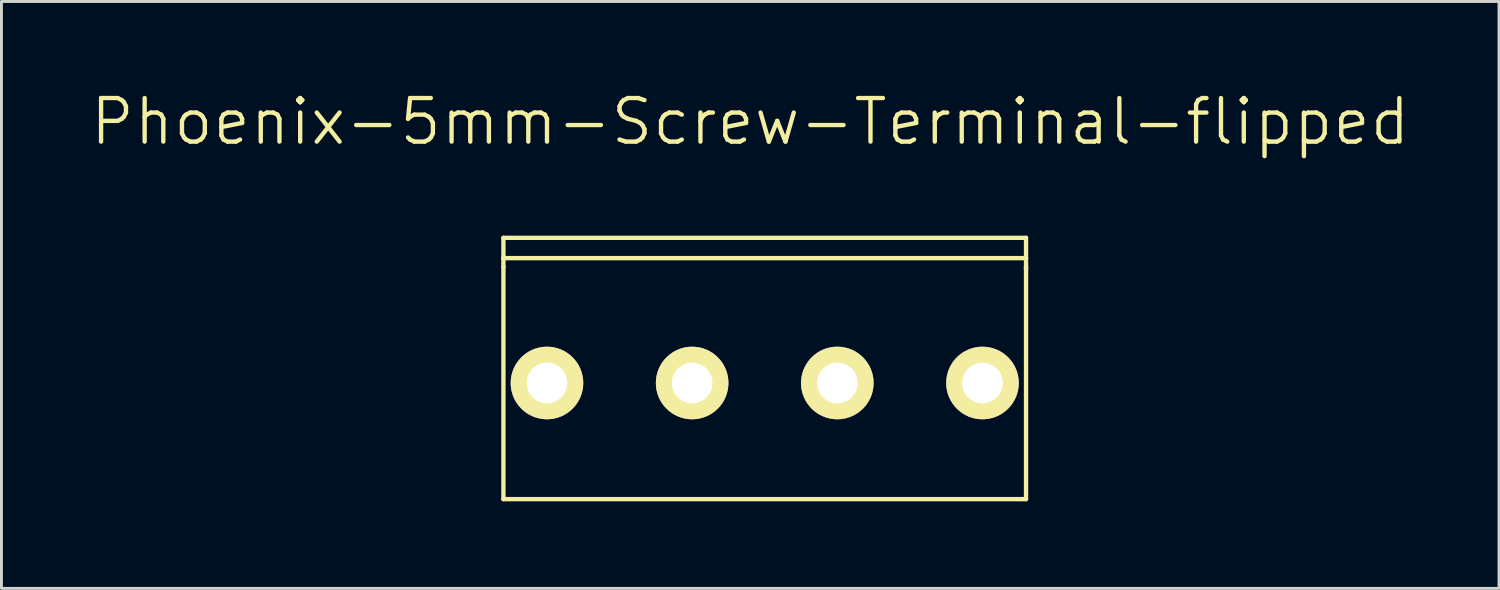
<source format=kicad_pcb>
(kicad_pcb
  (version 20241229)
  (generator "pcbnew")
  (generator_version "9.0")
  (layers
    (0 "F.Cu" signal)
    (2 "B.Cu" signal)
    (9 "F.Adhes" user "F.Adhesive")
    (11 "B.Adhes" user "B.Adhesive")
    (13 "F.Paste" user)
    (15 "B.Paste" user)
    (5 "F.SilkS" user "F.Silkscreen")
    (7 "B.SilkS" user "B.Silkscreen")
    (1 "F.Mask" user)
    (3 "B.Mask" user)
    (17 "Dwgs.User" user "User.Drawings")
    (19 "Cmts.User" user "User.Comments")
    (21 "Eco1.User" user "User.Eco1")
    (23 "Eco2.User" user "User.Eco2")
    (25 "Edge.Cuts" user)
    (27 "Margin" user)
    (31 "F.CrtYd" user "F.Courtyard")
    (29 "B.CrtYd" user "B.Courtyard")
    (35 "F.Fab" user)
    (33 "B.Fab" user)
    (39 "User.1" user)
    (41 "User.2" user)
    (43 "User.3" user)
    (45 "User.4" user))
  (footprint "Phoenix-5mm-Screw-Terminal-flipped"
    (layer "F.Cu")
    (at 23.289 10.141)
    (property "Reference" "Phoenix-5mm-Screw-Terminal-flipped" (at -0.5 -9 0) (layer "F.SilkS") (effects (font (size 1.5 1.5) (thickness 0.15))))
    (attr through_hole)
    (fp_line (start -9 -5) (end 9 -5) (stroke (width 0.15) (type solid)) (layer "F.SilkS"))
    (fp_line (start -9 -4.3) (end -9 -5) (stroke (width 0.15) (type solid)) (layer "F.SilkS"))
    (fp_line (start -9 -4.3) (end 9 -4.3) (stroke (width 0.15) (type solid)) (layer "F.SilkS"))
    (fp_line (start -9 -4) (end -9 -4.3) (stroke (width 0.15) (type solid)) (layer "F.SilkS"))
    (fp_line (start -9 4) (end -9 -4) (stroke (width 0.15) (type solid)) (layer "F.SilkS"))
    (fp_line (start 9 -5) (end 9 -4.3) (stroke (width 0.15) (type solid)) (layer "F.SilkS"))
    (fp_line (start 9 -4.3) (end 9 -3.9) (stroke (width 0.15) (type solid)) (layer "F.SilkS"))
    (fp_line (start 9 -4) (end 9 4) (stroke (width 0.15) (type solid)) (layer "F.SilkS"))
    (fp_line (start 9 4) (end -9 4) (stroke (width 0.15) (type solid)) (layer "F.SilkS"))
    (pad "1" thru_hole circle (at 7.5 0 180) (size 2.5 2.5) (drill 1.4) (layers "*.Cu" "*.Mask" "F.SilkS"))
    (pad "2" thru_hole circle (at 2.5 0 180) (size 2.5 2.5) (drill 1.4) (layers "*.Cu" "*.Mask" "F.SilkS"))
    (pad "3" thru_hole circle (at -2.5 0 180) (size 2.5 2.5) (drill 1.4) (layers "*.Cu" "*.Mask" "F.SilkS"))
    (pad "4" thru_hole circle (at -7.5 0 180) (size 2.5 2.5) (drill 1.4) (layers "*.Cu" "*.Mask" "F.SilkS")))
  (gr_rect
    (start -3 -3)
    (end 48.579 17.216)
    (stroke (width 0.1) (type default))
    (fill no)
    (layer "Edge.Cuts")))
</source>
